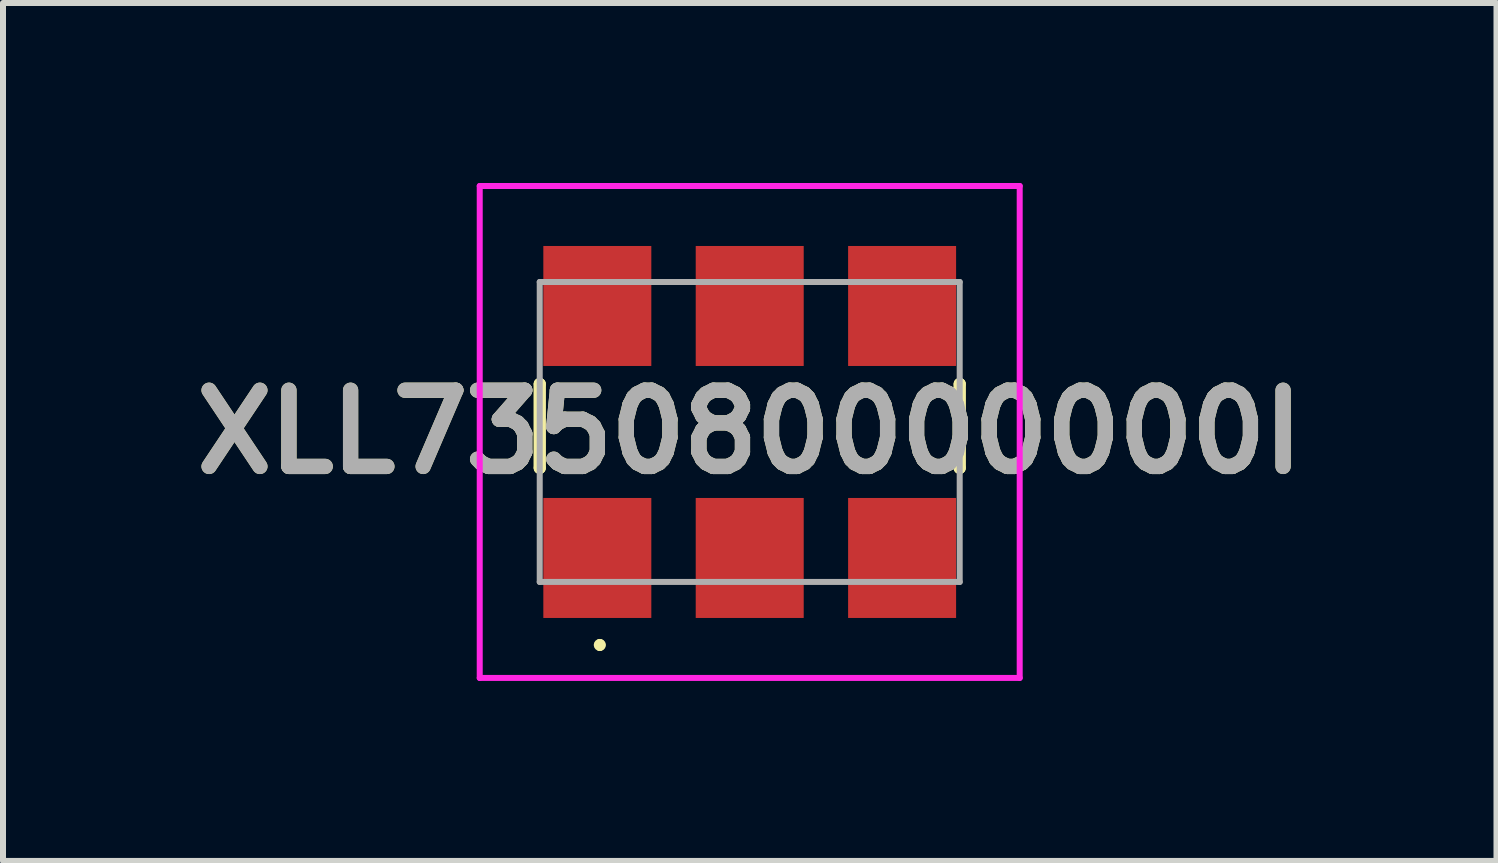
<source format=kicad_pcb>
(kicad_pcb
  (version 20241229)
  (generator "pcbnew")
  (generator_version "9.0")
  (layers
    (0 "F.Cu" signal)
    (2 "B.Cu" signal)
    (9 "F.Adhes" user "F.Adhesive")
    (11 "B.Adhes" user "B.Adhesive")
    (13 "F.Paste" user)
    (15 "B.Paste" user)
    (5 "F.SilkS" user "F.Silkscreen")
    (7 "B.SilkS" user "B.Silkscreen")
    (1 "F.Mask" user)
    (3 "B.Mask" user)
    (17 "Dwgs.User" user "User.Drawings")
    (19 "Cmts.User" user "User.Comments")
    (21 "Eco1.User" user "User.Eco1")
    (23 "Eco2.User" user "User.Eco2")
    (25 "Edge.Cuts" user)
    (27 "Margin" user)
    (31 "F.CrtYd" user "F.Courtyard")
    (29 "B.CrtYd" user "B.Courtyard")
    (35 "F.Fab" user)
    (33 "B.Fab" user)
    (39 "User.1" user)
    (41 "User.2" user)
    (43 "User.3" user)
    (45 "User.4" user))
  (footprint "XLL735080000000I"
    (layer "F.Cu")
    (at 9.446 4.15)
    (property "Reference" "XLL735080000000I" (at 0 0 0) (layer "F.SilkS") (effects (font (size 1.27 1.27) (thickness 0.254))))
    (attr smd)
    (fp_line (start -3.5 -0.8) (end -3.5 -0.8) (stroke (width 0.2) (type solid)) (layer "F.SilkS"))
    (fp_line (start -3.5 -0.8) (end -3.5 0.6) (stroke (width 0.2) (type solid)) (layer "F.SilkS"))
    (fp_line (start -3.5 0.6) (end -3.5 -0.8) (stroke (width 0.2) (type solid)) (layer "F.SilkS"))
    (fp_line (start -3.5 0.6) (end -3.5 0.6) (stroke (width 0.2) (type solid)) (layer "F.SilkS"))
    (fp_line (start -2.5 3.5) (end -2.5 3.5) (stroke (width 0.1) (type solid)) (layer "F.SilkS"))
    (fp_line (start -2.5 3.6) (end -2.5 3.6) (stroke (width 0.1) (type solid)) (layer "F.SilkS"))
    (fp_line (start -2.5 3.6) (end -2.5 3.6) (stroke (width 0.1) (type solid)) (layer "F.SilkS"))
    (fp_line (start 3.5 -0.8) (end 3.5 -0.8) (stroke (width 0.2) (type solid)) (layer "F.SilkS"))
    (fp_line (start 3.5 -0.8) (end 3.5 0.6) (stroke (width 0.2) (type solid)) (layer "F.SilkS"))
    (fp_line (start 3.5 0.6) (end 3.5 -0.8) (stroke (width 0.2) (type solid)) (layer "F.SilkS"))
    (fp_line (start 3.5 0.6) (end 3.5 0.6) (stroke (width 0.2) (type solid)) (layer "F.SilkS"))
    (fp_arc (start -2.5 3.5) (mid -2.45 3.55) (end -2.5 3.6) (stroke (width 0.1) (type solid)) (layer "F.SilkS"))
    (fp_arc (start -2.5 3.5) (mid -2.45 3.55) (end -2.5 3.6) (stroke (width 0.1) (type solid)) (layer "F.SilkS"))
    (fp_arc (start -2.5 3.6) (mid -2.55 3.55) (end -2.5 3.5) (stroke (width 0.1) (type solid)) (layer "F.SilkS"))
    (fp_line (start -4.5 -4.1) (end 4.5 -4.1) (stroke (width 0.1) (type solid)) (layer "F.CrtYd"))
    (fp_line (start -4.5 4.1) (end -4.5 -4.1) (stroke (width 0.1) (type solid)) (layer "F.CrtYd"))
    (fp_line (start 4.5 -4.1) (end 4.5 4.1) (stroke (width 0.1) (type solid)) (layer "F.CrtYd"))
    (fp_line (start 4.5 4.1) (end -4.5 4.1) (stroke (width 0.1) (type solid)) (layer "F.CrtYd"))
    (fp_line (start -3.5 -2.5) (end -3.5 2.5) (stroke (width 0.1) (type solid)) (layer "F.Fab"))
    (fp_line (start -3.5 2.5) (end 3.5 2.5) (stroke (width 0.1) (type solid)) (layer "F.Fab"))
    (fp_line (start 3.5 -2.5) (end -3.5 -2.5) (stroke (width 0.1) (type solid)) (layer "F.Fab"))
    (fp_line (start 3.5 2.5) (end 3.5 -2.5) (stroke (width 0.1) (type solid)) (layer "F.Fab"))
    (fp_text user "${REFERENCE}" (at 0 0 0) (layer "F.Fab") (effects (font (size 1.27 1.27) (thickness 0.254))))
    (pad "1" smd rect (at -2.54 2.1) (size 1.8 2) (layers "F.Cu" "F.Mask" "F.Paste"))
    (pad "2" smd rect (at 0 2.1) (size 1.8 2) (layers "F.Cu" "F.Mask" "F.Paste"))
    (pad "3" smd rect (at 2.54 2.1) (size 1.8 2) (layers "F.Cu" "F.Mask" "F.Paste"))
    (pad "4" smd rect (at 2.54 -2.1) (size 1.8 2) (layers "F.Cu" "F.Mask" "F.Paste"))
    (pad "5" smd rect (at 0 -2.1) (size 1.8 2) (layers "F.Cu" "F.Mask" "F.Paste"))
    (pad "6" smd rect (at -2.54 -2.1) (size 1.8 2) (layers "F.Cu" "F.Mask" "F.Paste")))
  (gr_rect
    (start -3 -3)
    (end 21.893 11.3)
    (stroke (width 0.1) (type default))
    (fill no)
    (layer "Edge.Cuts")))
</source>
